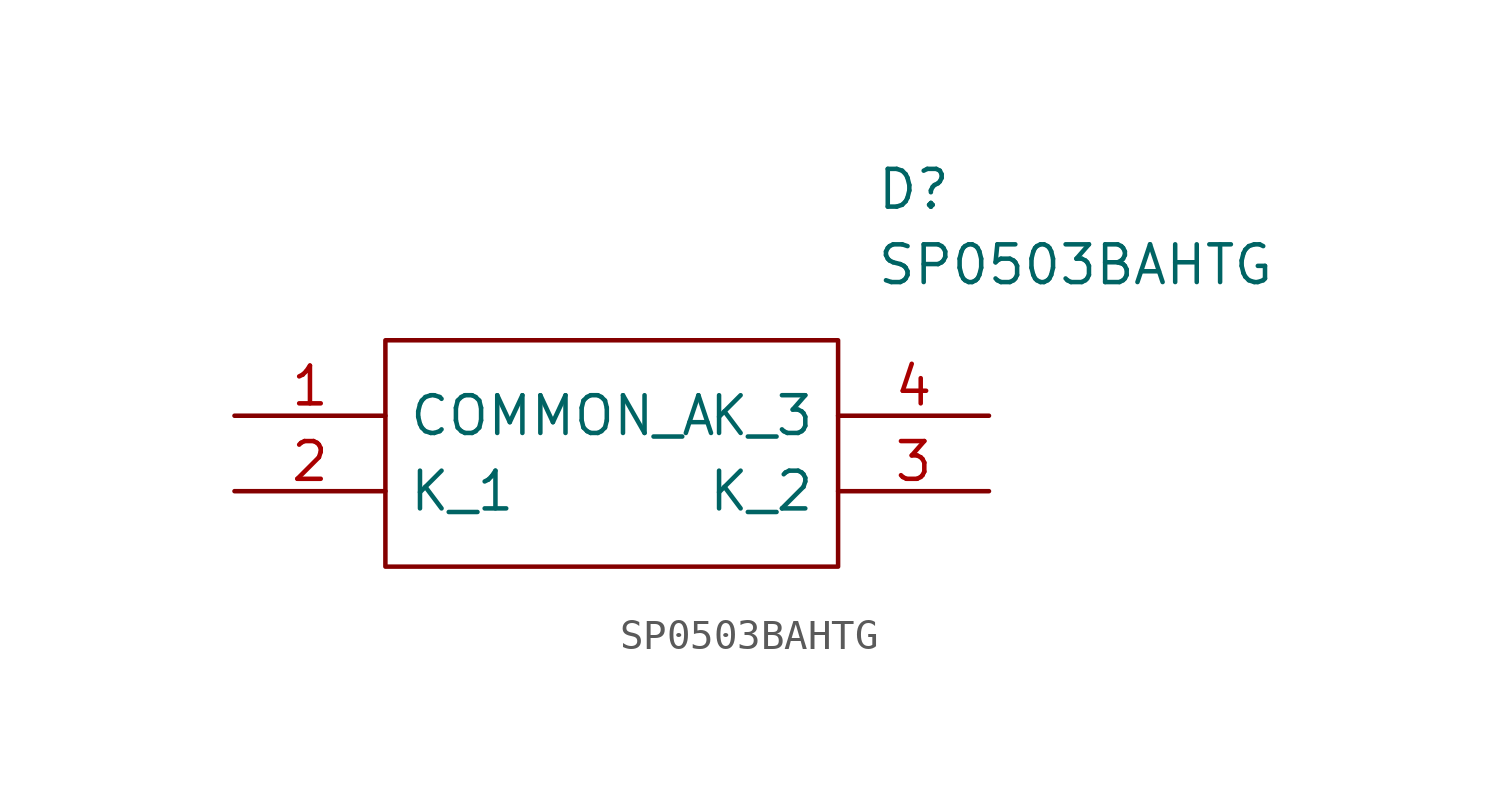
<source format=kicad_sym>
(kicad_symbol_lib
  (version 20211014)
  (generator kicad_symbol_editor)
  (symbol "SP0503BAHTG"
    (pin_names
      (offset 0.762))
    (property "Reference" "D"
      (at 29.21 7.62 0)
      (effects (font (size 1.27 1.27)) (justify left)))
    (property "Value" "SP0503BAHTG"
      (at 29.21 5.08 0)
      (effects (font (size 1.27 1.27)) (justify left)))
    (symbol "SP0503BAHTG_0_0"
      (pin passive line (at 7.62 0 0) (length 5.08) (name "COMMON_A" (effects (font (size 1.27 1.27)))) (number "1" (effects (font (size 1.27 1.27)))))
      (pin passive line (at 7.62 -2.54 0) (length 5.08) (name "K_1" (effects (font (size 1.27 1.27)))) (number "2" (effects (font (size 1.27 1.27)))))
      (pin passive line (at 33.02 -2.54 180) (length 5.08) (name "K_2" (effects (font (size 1.27 1.27)))) (number "3" (effects (font (size 1.27 1.27)))))
      (pin passive line (at 33.02 0 180) (length 5.08) (name "K_3" (effects (font (size 1.27 1.27)))) (number "4" (effects (font (size 1.27 1.27))))))
    (symbol "SP0503BAHTG_0_1"
      (polyline (pts (xy 12.7 2.54) (xy 27.94 2.54) (xy 27.94 -5.08) (xy 12.7 -5.08) (xy 12.7 2.54)) (stroke (width 0.152) (type default) (color 0 0 0 0)) (fill (type none))))))
</source>
